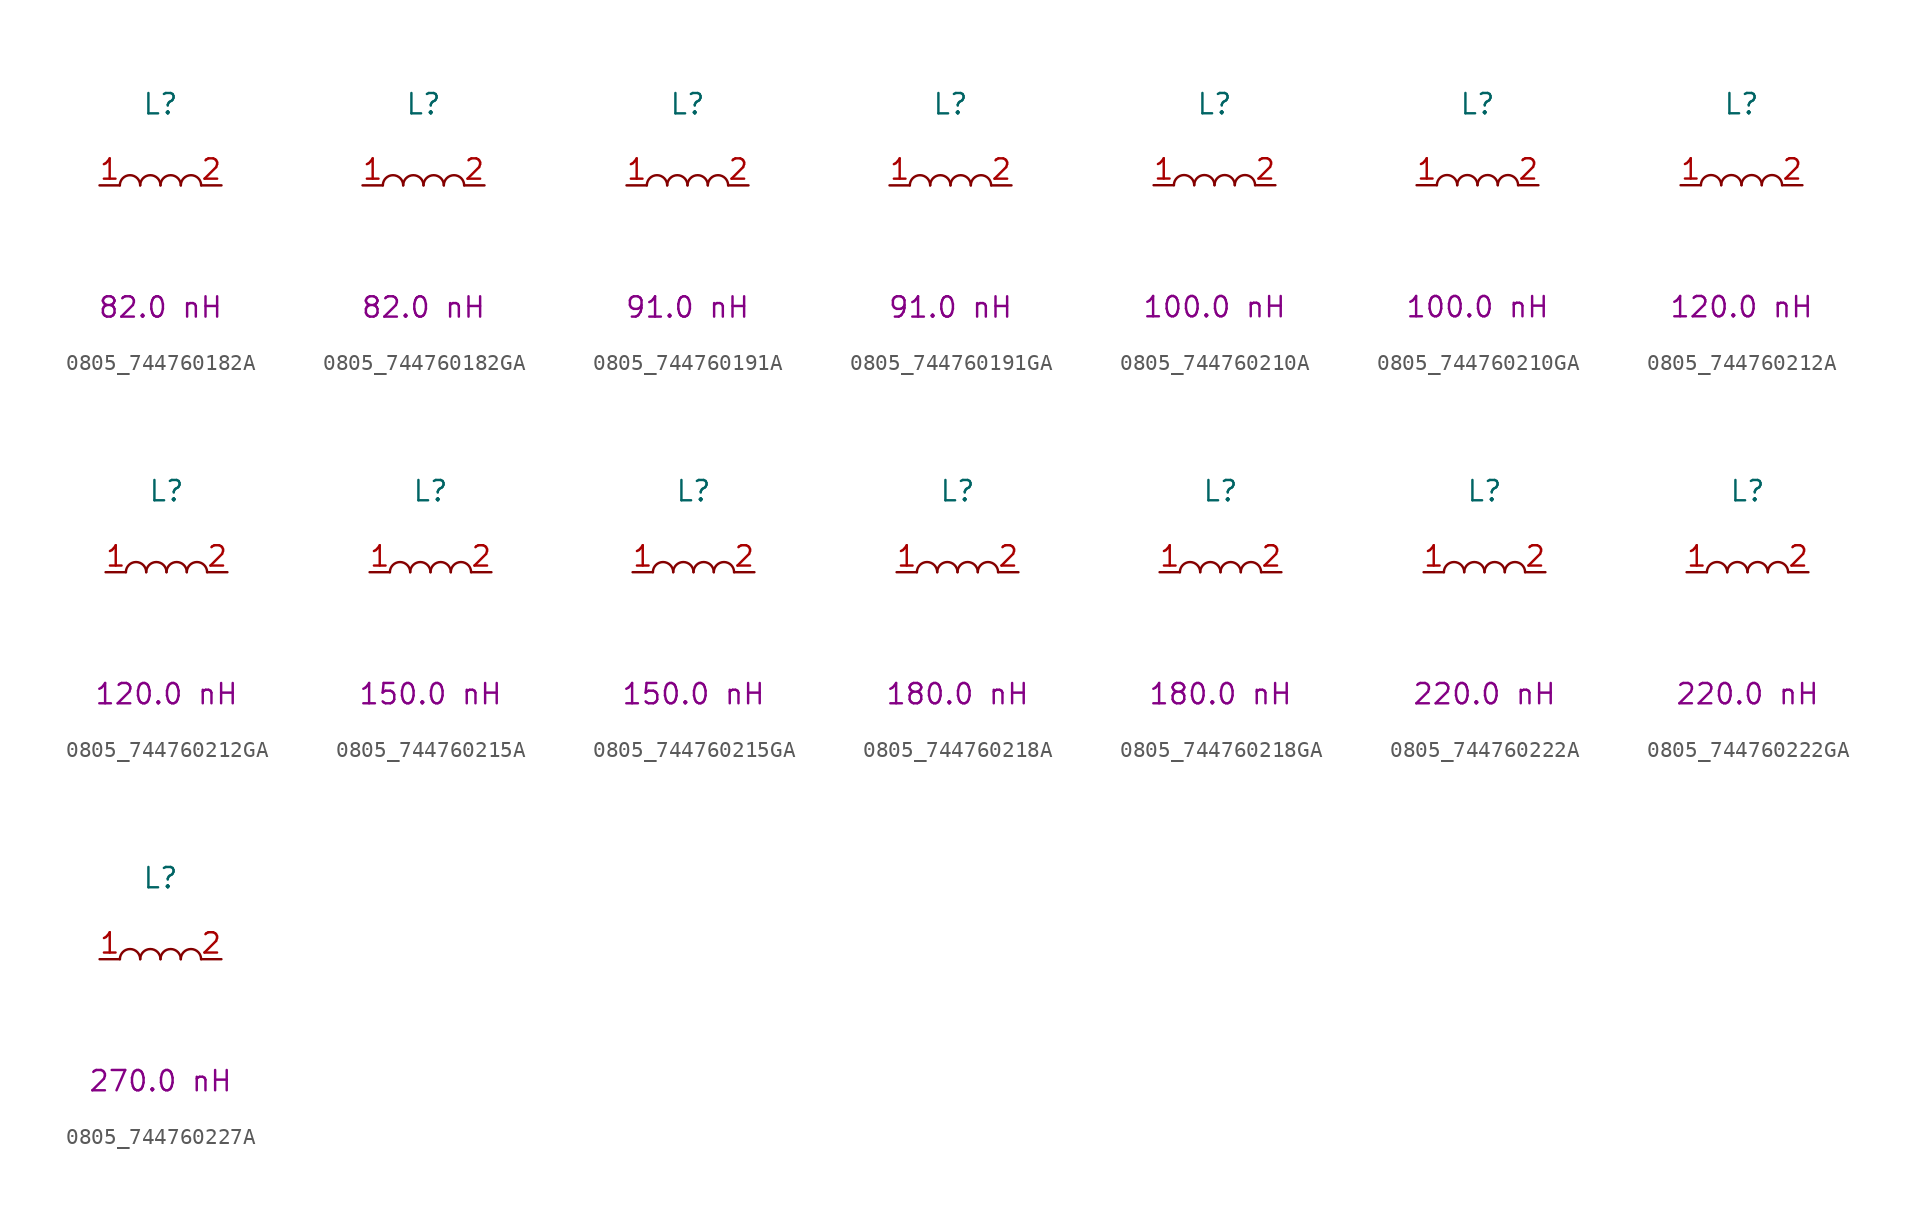
<source format=kicad_sym>
(kicad_symbol_lib
  (version 20220914)
  (generator kicad_symbol_editor)
  (symbol "0805_744760182A"
    (pin_names hide)
    (property "Reference" "L"
      (at 0 5.08 0)
      (effects (font (size 1.27 1.27))))
    (property "Critical Parameter" "82.0 nH"
      (at 0 -7.62 0)
      (effects (font (size 1.27 1.27))))
    (symbol "0805_744760182A_0_1"
      (arc (start -1.27 0) (mid -1.905 0.6323) (end -2.54 0) (stroke (width 0) (type default)) (fill (type none)))
      (arc (start 0 0) (mid -0.635 0.6323) (end -1.27 0) (stroke (width 0) (type default)) (fill (type none)))
      (arc (start 1.27 0) (mid 0.635 0.6323) (end 0 0) (stroke (width 0) (type default)) (fill (type none)))
      (arc (start 2.54 0) (mid 1.905 0.6323) (end 1.27 0) (stroke (width 0) (type default)) (fill (type none))))
    (symbol "0805_744760182A_1_1"
      (pin passive line (at -3.81 0 0) (length 1.27) (name "1" (effects (font (size 1.27 1.27)))) (number "1" (effects (font (size 1.27 1.27)))))
      (pin passive line (at 3.81 0 180) (length 1.27) (name "2" (effects (font (size 1.27 1.27)))) (number "2" (effects (font (size 1.27 1.27)))))))
  (symbol "0805_744760182GA"
    (pin_names hide)
    (property "Reference" "L"
      (at 0 5.08 0)
      (effects (font (size 1.27 1.27))))
    (property "Critical Parameter" "82.0 nH"
      (at 0 -7.62 0)
      (effects (font (size 1.27 1.27))))
    (symbol "0805_744760182GA_0_1"
      (arc (start -1.27 0) (mid -1.905 0.6323) (end -2.54 0) (stroke (width 0) (type default)) (fill (type none)))
      (arc (start 0 0) (mid -0.635 0.6323) (end -1.27 0) (stroke (width 0) (type default)) (fill (type none)))
      (arc (start 1.27 0) (mid 0.635 0.6323) (end 0 0) (stroke (width 0) (type default)) (fill (type none)))
      (arc (start 2.54 0) (mid 1.905 0.6323) (end 1.27 0) (stroke (width 0) (type default)) (fill (type none))))
    (symbol "0805_744760182GA_1_1"
      (pin passive line (at -3.81 0 0) (length 1.27) (name "1" (effects (font (size 1.27 1.27)))) (number "1" (effects (font (size 1.27 1.27)))))
      (pin passive line (at 3.81 0 180) (length 1.27) (name "2" (effects (font (size 1.27 1.27)))) (number "2" (effects (font (size 1.27 1.27)))))))
  (symbol "0805_744760191A"
    (pin_names hide)
    (property "Reference" "L"
      (at 0 5.08 0)
      (effects (font (size 1.27 1.27))))
    (property "Critical Parameter" "91.0 nH"
      (at 0 -7.62 0)
      (effects (font (size 1.27 1.27))))
    (symbol "0805_744760191A_0_1"
      (arc (start -1.27 0) (mid -1.905 0.6323) (end -2.54 0) (stroke (width 0) (type default)) (fill (type none)))
      (arc (start 0 0) (mid -0.635 0.6323) (end -1.27 0) (stroke (width 0) (type default)) (fill (type none)))
      (arc (start 1.27 0) (mid 0.635 0.6323) (end 0 0) (stroke (width 0) (type default)) (fill (type none)))
      (arc (start 2.54 0) (mid 1.905 0.6323) (end 1.27 0) (stroke (width 0) (type default)) (fill (type none))))
    (symbol "0805_744760191A_1_1"
      (pin passive line (at -3.81 0 0) (length 1.27) (name "1" (effects (font (size 1.27 1.27)))) (number "1" (effects (font (size 1.27 1.27)))))
      (pin passive line (at 3.81 0 180) (length 1.27) (name "2" (effects (font (size 1.27 1.27)))) (number "2" (effects (font (size 1.27 1.27)))))))
  (symbol "0805_744760191GA"
    (pin_names hide)
    (property "Reference" "L"
      (at 0 5.08 0)
      (effects (font (size 1.27 1.27))))
    (property "Critical Parameter" "91.0 nH"
      (at 0 -7.62 0)
      (effects (font (size 1.27 1.27))))
    (symbol "0805_744760191GA_0_1"
      (arc (start -1.27 0) (mid -1.905 0.6323) (end -2.54 0) (stroke (width 0) (type default)) (fill (type none)))
      (arc (start 0 0) (mid -0.635 0.6323) (end -1.27 0) (stroke (width 0) (type default)) (fill (type none)))
      (arc (start 1.27 0) (mid 0.635 0.6323) (end 0 0) (stroke (width 0) (type default)) (fill (type none)))
      (arc (start 2.54 0) (mid 1.905 0.6323) (end 1.27 0) (stroke (width 0) (type default)) (fill (type none))))
    (symbol "0805_744760191GA_1_1"
      (pin passive line (at -3.81 0 0) (length 1.27) (name "1" (effects (font (size 1.27 1.27)))) (number "1" (effects (font (size 1.27 1.27)))))
      (pin passive line (at 3.81 0 180) (length 1.27) (name "2" (effects (font (size 1.27 1.27)))) (number "2" (effects (font (size 1.27 1.27)))))))
  (symbol "0805_744760210A"
    (pin_names hide)
    (property "Reference" "L"
      (at 0 5.08 0)
      (effects (font (size 1.27 1.27))))
    (property "Critical Parameter" "100.0 nH"
      (at 0 -7.62 0)
      (effects (font (size 1.27 1.27))))
    (symbol "0805_744760210A_0_1"
      (arc (start -1.27 0) (mid -1.905 0.6323) (end -2.54 0) (stroke (width 0) (type default)) (fill (type none)))
      (arc (start 0 0) (mid -0.635 0.6323) (end -1.27 0) (stroke (width 0) (type default)) (fill (type none)))
      (arc (start 1.27 0) (mid 0.635 0.6323) (end 0 0) (stroke (width 0) (type default)) (fill (type none)))
      (arc (start 2.54 0) (mid 1.905 0.6323) (end 1.27 0) (stroke (width 0) (type default)) (fill (type none))))
    (symbol "0805_744760210A_1_1"
      (pin passive line (at -3.81 0 0) (length 1.27) (name "1" (effects (font (size 1.27 1.27)))) (number "1" (effects (font (size 1.27 1.27)))))
      (pin passive line (at 3.81 0 180) (length 1.27) (name "2" (effects (font (size 1.27 1.27)))) (number "2" (effects (font (size 1.27 1.27)))))))
  (symbol "0805_744760210GA"
    (pin_names hide)
    (property "Reference" "L"
      (at 0 5.08 0)
      (effects (font (size 1.27 1.27))))
    (property "Critical Parameter" "100.0 nH"
      (at 0 -7.62 0)
      (effects (font (size 1.27 1.27))))
    (symbol "0805_744760210GA_0_1"
      (arc (start -1.27 0) (mid -1.905 0.6323) (end -2.54 0) (stroke (width 0) (type default)) (fill (type none)))
      (arc (start 0 0) (mid -0.635 0.6323) (end -1.27 0) (stroke (width 0) (type default)) (fill (type none)))
      (arc (start 1.27 0) (mid 0.635 0.6323) (end 0 0) (stroke (width 0) (type default)) (fill (type none)))
      (arc (start 2.54 0) (mid 1.905 0.6323) (end 1.27 0) (stroke (width 0) (type default)) (fill (type none))))
    (symbol "0805_744760210GA_1_1"
      (pin passive line (at -3.81 0 0) (length 1.27) (name "1" (effects (font (size 1.27 1.27)))) (number "1" (effects (font (size 1.27 1.27)))))
      (pin passive line (at 3.81 0 180) (length 1.27) (name "2" (effects (font (size 1.27 1.27)))) (number "2" (effects (font (size 1.27 1.27)))))))
  (symbol "0805_744760212A"
    (pin_names hide)
    (property "Reference" "L"
      (at 0 5.08 0)
      (effects (font (size 1.27 1.27))))
    (property "Critical Parameter" "120.0 nH"
      (at 0 -7.62 0)
      (effects (font (size 1.27 1.27))))
    (symbol "0805_744760212A_0_1"
      (arc (start -1.27 0) (mid -1.905 0.6323) (end -2.54 0) (stroke (width 0) (type default)) (fill (type none)))
      (arc (start 0 0) (mid -0.635 0.6323) (end -1.27 0) (stroke (width 0) (type default)) (fill (type none)))
      (arc (start 1.27 0) (mid 0.635 0.6323) (end 0 0) (stroke (width 0) (type default)) (fill (type none)))
      (arc (start 2.54 0) (mid 1.905 0.6323) (end 1.27 0) (stroke (width 0) (type default)) (fill (type none))))
    (symbol "0805_744760212A_1_1"
      (pin passive line (at -3.81 0 0) (length 1.27) (name "1" (effects (font (size 1.27 1.27)))) (number "1" (effects (font (size 1.27 1.27)))))
      (pin passive line (at 3.81 0 180) (length 1.27) (name "2" (effects (font (size 1.27 1.27)))) (number "2" (effects (font (size 1.27 1.27)))))))
  (symbol "0805_744760212GA"
    (pin_names hide)
    (property "Reference" "L"
      (at 0 5.08 0)
      (effects (font (size 1.27 1.27))))
    (property "Critical Parameter" "120.0 nH"
      (at 0 -7.62 0)
      (effects (font (size 1.27 1.27))))
    (symbol "0805_744760212GA_0_1"
      (arc (start -1.27 0) (mid -1.905 0.6323) (end -2.54 0) (stroke (width 0) (type default)) (fill (type none)))
      (arc (start 0 0) (mid -0.635 0.6323) (end -1.27 0) (stroke (width 0) (type default)) (fill (type none)))
      (arc (start 1.27 0) (mid 0.635 0.6323) (end 0 0) (stroke (width 0) (type default)) (fill (type none)))
      (arc (start 2.54 0) (mid 1.905 0.6323) (end 1.27 0) (stroke (width 0) (type default)) (fill (type none))))
    (symbol "0805_744760212GA_1_1"
      (pin passive line (at -3.81 0 0) (length 1.27) (name "1" (effects (font (size 1.27 1.27)))) (number "1" (effects (font (size 1.27 1.27)))))
      (pin passive line (at 3.81 0 180) (length 1.27) (name "2" (effects (font (size 1.27 1.27)))) (number "2" (effects (font (size 1.27 1.27)))))))
  (symbol "0805_744760215A"
    (pin_names hide)
    (property "Reference" "L"
      (at 0 5.08 0)
      (effects (font (size 1.27 1.27))))
    (property "Critical Parameter" "150.0 nH"
      (at 0 -7.62 0)
      (effects (font (size 1.27 1.27))))
    (symbol "0805_744760215A_0_1"
      (arc (start -1.27 0) (mid -1.905 0.6323) (end -2.54 0) (stroke (width 0) (type default)) (fill (type none)))
      (arc (start 0 0) (mid -0.635 0.6323) (end -1.27 0) (stroke (width 0) (type default)) (fill (type none)))
      (arc (start 1.27 0) (mid 0.635 0.6323) (end 0 0) (stroke (width 0) (type default)) (fill (type none)))
      (arc (start 2.54 0) (mid 1.905 0.6323) (end 1.27 0) (stroke (width 0) (type default)) (fill (type none))))
    (symbol "0805_744760215A_1_1"
      (pin passive line (at -3.81 0 0) (length 1.27) (name "1" (effects (font (size 1.27 1.27)))) (number "1" (effects (font (size 1.27 1.27)))))
      (pin passive line (at 3.81 0 180) (length 1.27) (name "2" (effects (font (size 1.27 1.27)))) (number "2" (effects (font (size 1.27 1.27)))))))
  (symbol "0805_744760215GA"
    (pin_names hide)
    (property "Reference" "L"
      (at 0 5.08 0)
      (effects (font (size 1.27 1.27))))
    (property "Critical Parameter" "150.0 nH"
      (at 0 -7.62 0)
      (effects (font (size 1.27 1.27))))
    (symbol "0805_744760215GA_0_1"
      (arc (start -1.27 0) (mid -1.905 0.6323) (end -2.54 0) (stroke (width 0) (type default)) (fill (type none)))
      (arc (start 0 0) (mid -0.635 0.6323) (end -1.27 0) (stroke (width 0) (type default)) (fill (type none)))
      (arc (start 1.27 0) (mid 0.635 0.6323) (end 0 0) (stroke (width 0) (type default)) (fill (type none)))
      (arc (start 2.54 0) (mid 1.905 0.6323) (end 1.27 0) (stroke (width 0) (type default)) (fill (type none))))
    (symbol "0805_744760215GA_1_1"
      (pin passive line (at -3.81 0 0) (length 1.27) (name "1" (effects (font (size 1.27 1.27)))) (number "1" (effects (font (size 1.27 1.27)))))
      (pin passive line (at 3.81 0 180) (length 1.27) (name "2" (effects (font (size 1.27 1.27)))) (number "2" (effects (font (size 1.27 1.27)))))))
  (symbol "0805_744760218A"
    (pin_names hide)
    (property "Reference" "L"
      (at 0 5.08 0)
      (effects (font (size 1.27 1.27))))
    (property "Critical Parameter" "180.0 nH"
      (at 0 -7.62 0)
      (effects (font (size 1.27 1.27))))
    (symbol "0805_744760218A_0_1"
      (arc (start -1.27 0) (mid -1.905 0.6323) (end -2.54 0) (stroke (width 0) (type default)) (fill (type none)))
      (arc (start 0 0) (mid -0.635 0.6323) (end -1.27 0) (stroke (width 0) (type default)) (fill (type none)))
      (arc (start 1.27 0) (mid 0.635 0.6323) (end 0 0) (stroke (width 0) (type default)) (fill (type none)))
      (arc (start 2.54 0) (mid 1.905 0.6323) (end 1.27 0) (stroke (width 0) (type default)) (fill (type none))))
    (symbol "0805_744760218A_1_1"
      (pin passive line (at -3.81 0 0) (length 1.27) (name "1" (effects (font (size 1.27 1.27)))) (number "1" (effects (font (size 1.27 1.27)))))
      (pin passive line (at 3.81 0 180) (length 1.27) (name "2" (effects (font (size 1.27 1.27)))) (number "2" (effects (font (size 1.27 1.27)))))))
  (symbol "0805_744760218GA"
    (pin_names hide)
    (property "Reference" "L"
      (at 0 5.08 0)
      (effects (font (size 1.27 1.27))))
    (property "Critical Parameter" "180.0 nH"
      (at 0 -7.62 0)
      (effects (font (size 1.27 1.27))))
    (symbol "0805_744760218GA_0_1"
      (arc (start -1.27 0) (mid -1.905 0.6323) (end -2.54 0) (stroke (width 0) (type default)) (fill (type none)))
      (arc (start 0 0) (mid -0.635 0.6323) (end -1.27 0) (stroke (width 0) (type default)) (fill (type none)))
      (arc (start 1.27 0) (mid 0.635 0.6323) (end 0 0) (stroke (width 0) (type default)) (fill (type none)))
      (arc (start 2.54 0) (mid 1.905 0.6323) (end 1.27 0) (stroke (width 0) (type default)) (fill (type none))))
    (symbol "0805_744760218GA_1_1"
      (pin passive line (at -3.81 0 0) (length 1.27) (name "1" (effects (font (size 1.27 1.27)))) (number "1" (effects (font (size 1.27 1.27)))))
      (pin passive line (at 3.81 0 180) (length 1.27) (name "2" (effects (font (size 1.27 1.27)))) (number "2" (effects (font (size 1.27 1.27)))))))
  (symbol "0805_744760222A"
    (pin_names hide)
    (property "Reference" "L"
      (at 0 5.08 0)
      (effects (font (size 1.27 1.27))))
    (property "Critical Parameter" "220.0 nH"
      (at 0 -7.62 0)
      (effects (font (size 1.27 1.27))))
    (symbol "0805_744760222A_0_1"
      (arc (start -1.27 0) (mid -1.905 0.6323) (end -2.54 0) (stroke (width 0) (type default)) (fill (type none)))
      (arc (start 0 0) (mid -0.635 0.6323) (end -1.27 0) (stroke (width 0) (type default)) (fill (type none)))
      (arc (start 1.27 0) (mid 0.635 0.6323) (end 0 0) (stroke (width 0) (type default)) (fill (type none)))
      (arc (start 2.54 0) (mid 1.905 0.6323) (end 1.27 0) (stroke (width 0) (type default)) (fill (type none))))
    (symbol "0805_744760222A_1_1"
      (pin passive line (at -3.81 0 0) (length 1.27) (name "1" (effects (font (size 1.27 1.27)))) (number "1" (effects (font (size 1.27 1.27)))))
      (pin passive line (at 3.81 0 180) (length 1.27) (name "2" (effects (font (size 1.27 1.27)))) (number "2" (effects (font (size 1.27 1.27)))))))
  (symbol "0805_744760222GA"
    (pin_names hide)
    (property "Reference" "L"
      (at 0 5.08 0)
      (effects (font (size 1.27 1.27))))
    (property "Critical Parameter" "220.0 nH"
      (at 0 -7.62 0)
      (effects (font (size 1.27 1.27))))
    (symbol "0805_744760222GA_0_1"
      (arc (start -1.27 0) (mid -1.905 0.6323) (end -2.54 0) (stroke (width 0) (type default)) (fill (type none)))
      (arc (start 0 0) (mid -0.635 0.6323) (end -1.27 0) (stroke (width 0) (type default)) (fill (type none)))
      (arc (start 1.27 0) (mid 0.635 0.6323) (end 0 0) (stroke (width 0) (type default)) (fill (type none)))
      (arc (start 2.54 0) (mid 1.905 0.6323) (end 1.27 0) (stroke (width 0) (type default)) (fill (type none))))
    (symbol "0805_744760222GA_1_1"
      (pin passive line (at -3.81 0 0) (length 1.27) (name "1" (effects (font (size 1.27 1.27)))) (number "1" (effects (font (size 1.27 1.27)))))
      (pin passive line (at 3.81 0 180) (length 1.27) (name "2" (effects (font (size 1.27 1.27)))) (number "2" (effects (font (size 1.27 1.27)))))))
  (symbol "0805_744760227A"
    (pin_names hide)
    (property "Reference" "L"
      (at 0 5.08 0)
      (effects (font (size 1.27 1.27))))
    (property "Critical Parameter" "270.0 nH"
      (at 0 -7.62 0)
      (effects (font (size 1.27 1.27))))
    (symbol "0805_744760227A_0_1"
      (arc (start -1.27 0) (mid -1.905 0.6323) (end -2.54 0) (stroke (width 0) (type default)) (fill (type none)))
      (arc (start 0 0) (mid -0.635 0.6323) (end -1.27 0) (stroke (width 0) (type default)) (fill (type none)))
      (arc (start 1.27 0) (mid 0.635 0.6323) (end 0 0) (stroke (width 0) (type default)) (fill (type none)))
      (arc (start 2.54 0) (mid 1.905 0.6323) (end 1.27 0) (stroke (width 0) (type default)) (fill (type none))))
    (symbol "0805_744760227A_1_1"
      (pin passive line (at -3.81 0 0) (length 1.27) (name "1" (effects (font (size 1.27 1.27)))) (number "1" (effects (font (size 1.27 1.27)))))
      (pin passive line (at 3.81 0 180) (length 1.27) (name "2" (effects (font (size 1.27 1.27)))) (number "2" (effects (font (size 1.27 1.27))))))))
</source>
